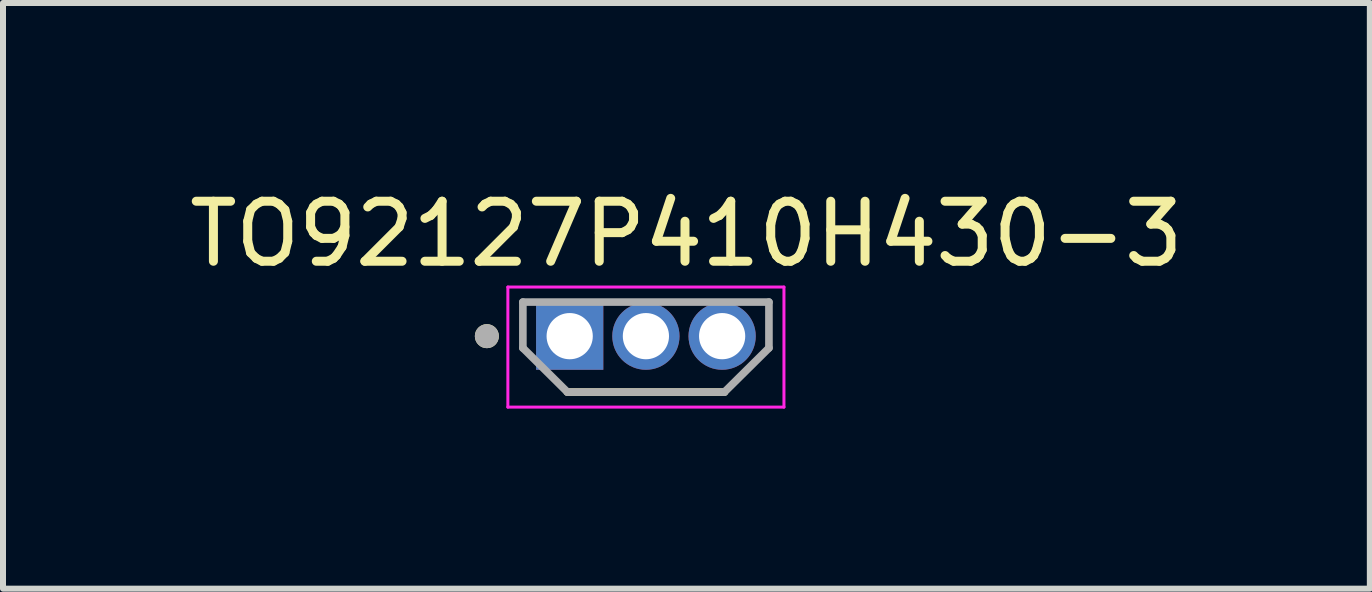
<source format=kicad_pcb>
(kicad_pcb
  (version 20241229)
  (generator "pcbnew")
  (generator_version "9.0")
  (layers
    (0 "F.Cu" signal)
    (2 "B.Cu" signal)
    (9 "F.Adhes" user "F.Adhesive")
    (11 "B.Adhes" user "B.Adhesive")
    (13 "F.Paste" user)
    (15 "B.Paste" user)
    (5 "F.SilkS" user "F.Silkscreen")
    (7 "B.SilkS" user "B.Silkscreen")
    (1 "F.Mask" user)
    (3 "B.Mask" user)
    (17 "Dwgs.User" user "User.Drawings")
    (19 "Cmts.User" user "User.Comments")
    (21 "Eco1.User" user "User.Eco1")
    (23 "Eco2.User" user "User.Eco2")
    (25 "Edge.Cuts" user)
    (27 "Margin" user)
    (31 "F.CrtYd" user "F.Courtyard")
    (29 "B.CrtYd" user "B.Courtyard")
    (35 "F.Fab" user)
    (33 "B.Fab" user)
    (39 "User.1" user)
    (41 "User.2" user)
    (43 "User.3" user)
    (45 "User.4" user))
  (footprint "TO92127P410H430-3"
    (layer "F.Cu")
    (at 7.712 2.733)
    (property "Reference" "TO92127P410H430-3" (at 0.675 -1.885 0) (layer "F.SilkS") (effects (font (size 1 1) (thickness 0.15))))
    (attr through_hole)
    (fp_line (start 1.308 0.75) (end -1.308 0.75) (stroke (width 0.127) (type solid)) (layer "F.SilkS"))
    (fp_circle (center -2.65 -0.182) (end -2.55 -0.182) (stroke (width 0.2) (type solid)) (fill no) (layer "F.SilkS"))
    (fp_line (start -2.3 -1) (end -2.3 1) (stroke (width 0.05) (type solid)) (layer "F.CrtYd"))
    (fp_line (start -2.3 1) (end 2.3 1) (stroke (width 0.05) (type solid)) (layer "F.CrtYd"))
    (fp_line (start 2.3 -1) (end -2.3 -1) (stroke (width 0.05) (type solid)) (layer "F.CrtYd"))
    (fp_line (start 2.3 1) (end 2.3 -1) (stroke (width 0.05) (type solid)) (layer "F.CrtYd"))
    (fp_line (start -2.05 -0.75) (end 2.05 -0.75) (stroke (width 0.127) (type solid)) (layer "F.Fab"))
    (fp_line (start -2.05 0.015) (end -2.05 -0.75) (stroke (width 0.127) (type solid)) (layer "F.Fab"))
    (fp_line (start -2.05 0.015) (end -1.308 0.75) (stroke (width 0.127) (type solid)) (layer "F.Fab"))
    (fp_line (start 1.308 0.75) (end -1.308 0.75) (stroke (width 0.127) (type solid)) (layer "F.Fab"))
    (fp_line (start 2.05 0.015) (end 1.308 0.75) (stroke (width 0.127) (type solid)) (layer "F.Fab"))
    (fp_line (start 2.05 0.015) (end 2.05 -0.75) (stroke (width 0.127) (type solid)) (layer "F.Fab"))
    (fp_circle (center -2.65 -0.182) (end -2.55 -0.182) (stroke (width 0.2) (type solid)) (fill no) (layer "F.Fab"))
    (pad "1" thru_hole rect (at -1.27 -0.182) (size 1.12 1.12) (drill 0.77) (layers "*.Cu" "*.Mask"))
    (pad "2" thru_hole circle (at 0 -0.182) (size 1.12 1.12) (drill 0.77) (layers "*.Cu" "*.Mask"))
    (pad "3" thru_hole circle (at 1.27 -0.182) (size 1.12 1.12) (drill 0.77) (layers "*.Cu" "*.Mask")))
  (gr_rect
    (start -3 -3)
    (end 19.774 6.758)
    (stroke (width 0.1) (type default))
    (fill no)
    (layer "Edge.Cuts")))
</source>
